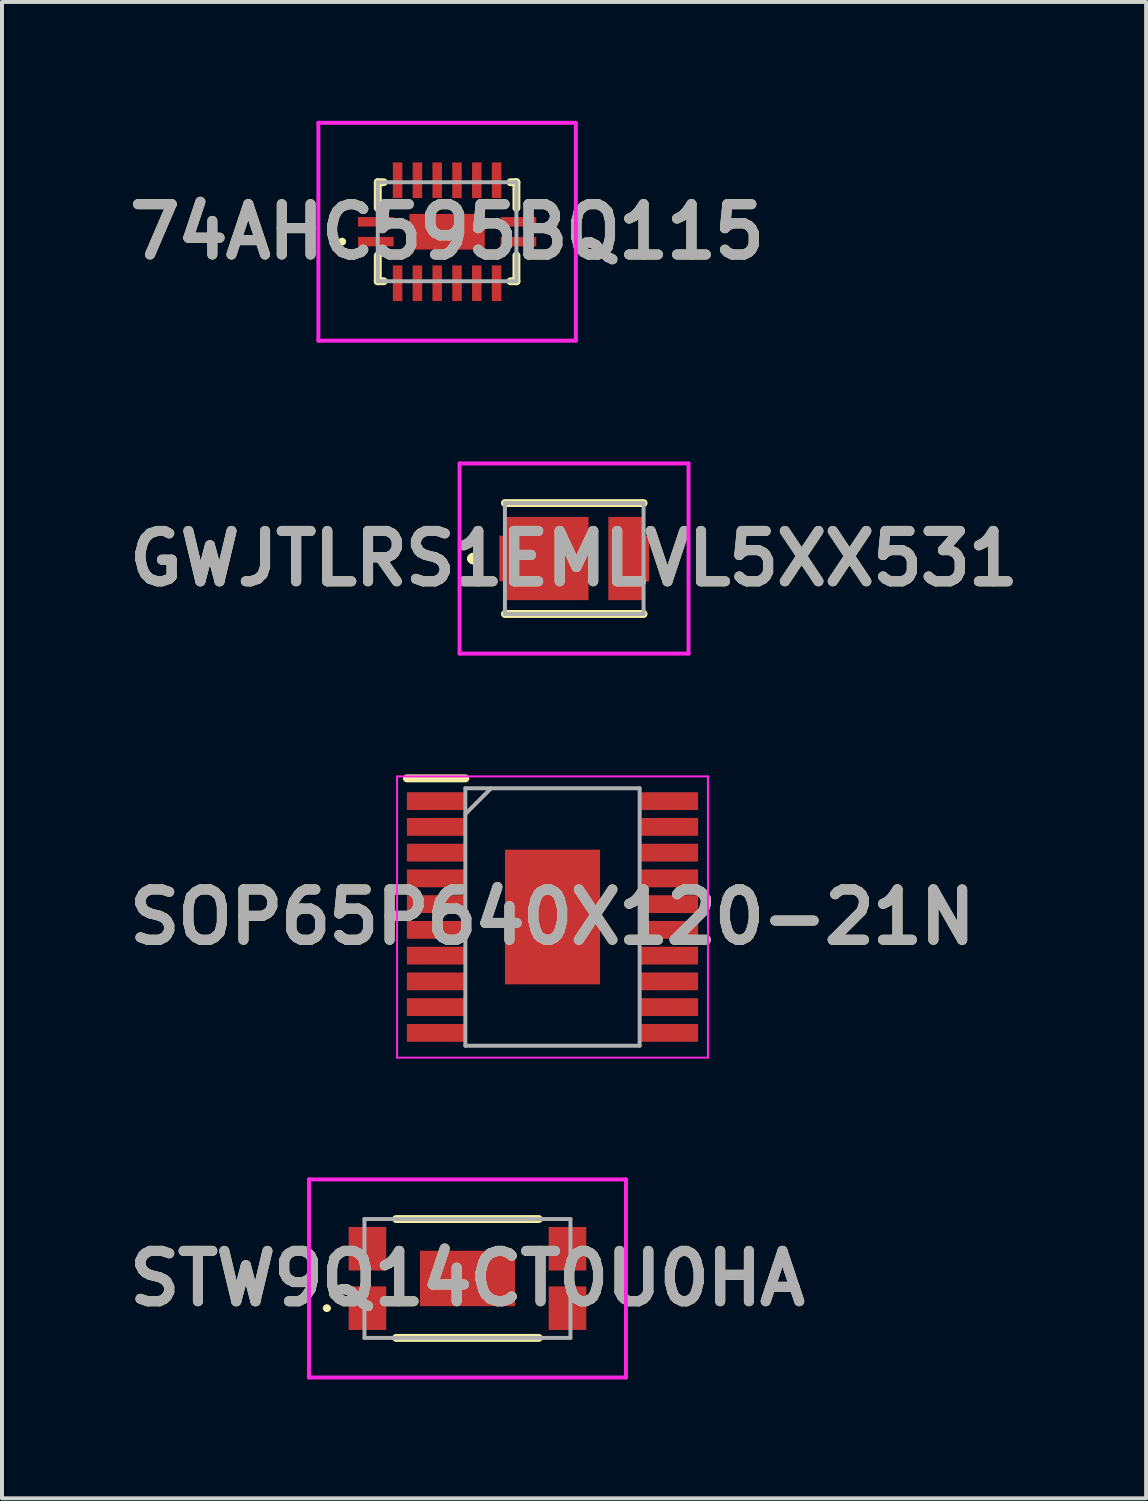
<source format=kicad_pcb>
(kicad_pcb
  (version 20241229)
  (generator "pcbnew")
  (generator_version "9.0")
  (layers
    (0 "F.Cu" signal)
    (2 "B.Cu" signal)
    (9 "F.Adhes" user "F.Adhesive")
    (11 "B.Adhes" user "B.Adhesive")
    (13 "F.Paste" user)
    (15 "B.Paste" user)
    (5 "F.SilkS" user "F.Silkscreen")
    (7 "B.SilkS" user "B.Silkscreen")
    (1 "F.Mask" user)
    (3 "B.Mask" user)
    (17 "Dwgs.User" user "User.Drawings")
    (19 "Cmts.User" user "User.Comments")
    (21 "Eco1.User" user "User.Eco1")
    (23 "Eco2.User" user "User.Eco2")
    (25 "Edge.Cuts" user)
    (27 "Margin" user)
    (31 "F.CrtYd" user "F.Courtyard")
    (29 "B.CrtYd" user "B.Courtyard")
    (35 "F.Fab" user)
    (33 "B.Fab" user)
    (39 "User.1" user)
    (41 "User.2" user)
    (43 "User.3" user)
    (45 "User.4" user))
  (footprint "SOP65P640X120-21N"
    (layer "F.Cu")
    (at 10.898 20.1)
    (property "Reference" "SOP65P640X120-21N" (at 0 0 0) (layer "F.SilkS") (effects (font (size 1.27 1.27) (thickness 0.254))))
    (attr smd)
    (fp_line (start -3.675 -3.5) (end -2.2 -3.5) (stroke (width 0.2) (type solid)) (layer "F.SilkS"))
    (fp_line (start -3.925 -3.55) (end 3.925 -3.55) (stroke (width 0.05) (type solid)) (layer "F.CrtYd"))
    (fp_line (start -3.925 3.55) (end -3.925 -3.55) (stroke (width 0.05) (type solid)) (layer "F.CrtYd"))
    (fp_line (start 3.925 -3.55) (end 3.925 3.55) (stroke (width 0.05) (type solid)) (layer "F.CrtYd"))
    (fp_line (start 3.925 3.55) (end -3.925 3.55) (stroke (width 0.05) (type solid)) (layer "F.CrtYd"))
    (fp_line (start -2.2 -3.25) (end 2.2 -3.25) (stroke (width 0.1) (type solid)) (layer "F.Fab"))
    (fp_line (start -2.2 -2.6) (end -1.55 -3.25) (stroke (width 0.1) (type solid)) (layer "F.Fab"))
    (fp_line (start -2.2 3.25) (end -2.2 -3.25) (stroke (width 0.1) (type solid)) (layer "F.Fab"))
    (fp_line (start 2.2 -3.25) (end 2.2 3.25) (stroke (width 0.1) (type solid)) (layer "F.Fab"))
    (fp_line (start 2.2 3.25) (end -2.2 3.25) (stroke (width 0.1) (type solid)) (layer "F.Fab"))
    (fp_text user "${REFERENCE}" (at 0 0 0) (layer "F.Fab") (effects (font (size 1.27 1.27) (thickness 0.254))))
    (pad "1" smd rect (at -2.938 -2.925 90) (size 0.45 1.475) (layers "F.Cu" "F.Mask" "F.Paste"))
    (pad "2" smd rect (at -2.938 -2.275 90) (size 0.45 1.475) (layers "F.Cu" "F.Mask" "F.Paste"))
    (pad "3" smd rect (at -2.938 -1.625 90) (size 0.45 1.475) (layers "F.Cu" "F.Mask" "F.Paste"))
    (pad "4" smd rect (at -2.938 -0.975 90) (size 0.45 1.475) (layers "F.Cu" "F.Mask" "F.Paste"))
    (pad "5" smd rect (at -2.938 -0.325 90) (size 0.45 1.475) (layers "F.Cu" "F.Mask" "F.Paste"))
    (pad "6" smd rect (at -2.938 0.325 90) (size 0.45 1.475) (layers "F.Cu" "F.Mask" "F.Paste"))
    (pad "7" smd rect (at -2.938 0.975 90) (size 0.45 1.475) (layers "F.Cu" "F.Mask" "F.Paste"))
    (pad "8" smd rect (at -2.938 1.625 90) (size 0.45 1.475) (layers "F.Cu" "F.Mask" "F.Paste"))
    (pad "9" smd rect (at -2.938 2.275 90) (size 0.45 1.475) (layers "F.Cu" "F.Mask" "F.Paste"))
    (pad "10" smd rect (at -2.938 2.925 90) (size 0.45 1.475) (layers "F.Cu" "F.Mask" "F.Paste"))
    (pad "11" smd rect (at 2.938 2.925 90) (size 0.45 1.475) (layers "F.Cu" "F.Mask" "F.Paste"))
    (pad "12" smd rect (at 2.938 2.275 90) (size 0.45 1.475) (layers "F.Cu" "F.Mask" "F.Paste"))
    (pad "13" smd rect (at 2.938 1.625 90) (size 0.45 1.475) (layers "F.Cu" "F.Mask" "F.Paste"))
    (pad "14" smd rect (at 2.938 0.975 90) (size 0.45 1.475) (layers "F.Cu" "F.Mask" "F.Paste"))
    (pad "15" smd rect (at 2.938 0.325 90) (size 0.45 1.475) (layers "F.Cu" "F.Mask" "F.Paste"))
    (pad "16" smd rect (at 2.938 -0.325 90) (size 0.45 1.475) (layers "F.Cu" "F.Mask" "F.Paste"))
    (pad "17" smd rect (at 2.938 -0.975 90) (size 0.45 1.475) (layers "F.Cu" "F.Mask" "F.Paste"))
    (pad "18" smd rect (at 2.938 -1.625 90) (size 0.45 1.475) (layers "F.Cu" "F.Mask" "F.Paste"))
    (pad "19" smd rect (at 2.938 -2.275 90) (size 0.45 1.475) (layers "F.Cu" "F.Mask" "F.Paste"))
    (pad "20" smd rect (at 2.938 -2.925 90) (size 0.45 1.475) (layers "F.Cu" "F.Mask" "F.Paste"))
    (pad "21" smd rect (at 0 0) (size 2.4 3.4) (layers "F.Cu" "F.Mask" "F.Paste")))
  (footprint "74AHC595BQ115"
    (layer "F.Cu")
    (at 8.237 2.8)
    (property "Reference" "74AHC595BQ115" (at 0 0 0) (layer "F.SilkS") (effects (font (size 1.27 1.27) (thickness 0.254))))
    (attr smd)
    (fp_line (start -2.7 0.25) (end -2.7 0.25) (stroke (width 0.1) (type solid)) (layer "F.SilkS"))
    (fp_line (start -2.6 0.25) (end -2.6 0.25) (stroke (width 0.1) (type solid)) (layer "F.SilkS"))
    (fp_line (start -1.75 -1.25) (end -1.6 -1.25) (stroke (width 0.2) (type solid)) (layer "F.SilkS"))
    (fp_line (start -1.75 -0.6) (end -1.75 -1.25) (stroke (width 0.2) (type solid)) (layer "F.SilkS"))
    (fp_line (start -1.75 0.6) (end -1.75 1.25) (stroke (width 0.2) (type solid)) (layer "F.SilkS"))
    (fp_line (start -1.75 1.25) (end -1.6 1.25) (stroke (width 0.2) (type solid)) (layer "F.SilkS"))
    (fp_line (start 1.6 -1.25) (end 1.75 -1.25) (stroke (width 0.2) (type solid)) (layer "F.SilkS"))
    (fp_line (start 1.75 -1.25) (end 1.75 -0.6) (stroke (width 0.2) (type solid)) (layer "F.SilkS"))
    (fp_line (start 1.75 0.6) (end 1.75 1.25) (stroke (width 0.2) (type solid)) (layer "F.SilkS"))
    (fp_line (start 1.75 1.25) (end 1.6 1.25) (stroke (width 0.2) (type solid)) (layer "F.SilkS"))
    (fp_arc (start -2.7 0.25) (mid -2.65 0.2) (end -2.6 0.25) (stroke (width 0.1) (type solid)) (layer "F.SilkS"))
    (fp_arc (start -2.6 0.25) (mid -2.65 0.3) (end -2.7 0.25) (stroke (width 0.1) (type solid)) (layer "F.SilkS"))
    (fp_line (start -3.25 -2.75) (end 3.25 -2.75) (stroke (width 0.1) (type solid)) (layer "F.CrtYd"))
    (fp_line (start -3.25 2.75) (end -3.25 -2.75) (stroke (width 0.1) (type solid)) (layer "F.CrtYd"))
    (fp_line (start 3.25 -2.75) (end 3.25 2.75) (stroke (width 0.1) (type solid)) (layer "F.CrtYd"))
    (fp_line (start 3.25 2.75) (end -3.25 2.75) (stroke (width 0.1) (type solid)) (layer "F.CrtYd"))
    (fp_line (start -1.75 -1.25) (end -1.75 1.25) (stroke (width 0.1) (type solid)) (layer "F.Fab"))
    (fp_line (start -1.75 1.25) (end 1.75 1.25) (stroke (width 0.1) (type solid)) (layer "F.Fab"))
    (fp_line (start 1.75 -1.25) (end -1.75 -1.25) (stroke (width 0.1) (type solid)) (layer "F.Fab"))
    (fp_line (start 1.75 1.25) (end 1.75 -1.25) (stroke (width 0.1) (type solid)) (layer "F.Fab"))
    (fp_text user "${REFERENCE}" (at 0 0 0) (layer "F.Fab") (effects (font (size 1.27 1.27) (thickness 0.254))))
    (pad "1" smd rect (at -1.8 0.25 90) (size 0.24 0.9) (layers "F.Cu" "F.Mask" "F.Paste"))
    (pad "2" smd rect (at -1.25 1.3) (size 0.24 0.9) (layers "F.Cu" "F.Mask" "F.Paste"))
    (pad "3" smd rect (at -0.75 1.3) (size 0.24 0.9) (layers "F.Cu" "F.Mask" "F.Paste"))
    (pad "4" smd rect (at -0.25 1.3) (size 0.24 0.9) (layers "F.Cu" "F.Mask" "F.Paste"))
    (pad "5" smd rect (at 0.25 1.3) (size 0.24 0.9) (layers "F.Cu" "F.Mask" "F.Paste"))
    (pad "6" smd rect (at 0.75 1.3) (size 0.24 0.9) (layers "F.Cu" "F.Mask" "F.Paste"))
    (pad "7" smd rect (at 1.25 1.3) (size 0.24 0.9) (layers "F.Cu" "F.Mask" "F.Paste"))
    (pad "8" smd rect (at 1.8 0.25 90) (size 0.24 0.9) (layers "F.Cu" "F.Mask" "F.Paste"))
    (pad "9" smd rect (at 1.8 -0.25 90) (size 0.24 0.9) (layers "F.Cu" "F.Mask" "F.Paste"))
    (pad "10" smd rect (at 1.25 -1.3) (size 0.24 0.9) (layers "F.Cu" "F.Mask" "F.Paste"))
    (pad "11" smd rect (at 0.75 -1.3) (size 0.24 0.9) (layers "F.Cu" "F.Mask" "F.Paste"))
    (pad "12" smd rect (at 0.25 -1.3) (size 0.24 0.9) (layers "F.Cu" "F.Mask" "F.Paste"))
    (pad "13" smd rect (at -0.25 -1.3) (size 0.24 0.9) (layers "F.Cu" "F.Mask" "F.Paste"))
    (pad "14" smd rect (at -0.75 -1.3) (size 0.24 0.9) (layers "F.Cu" "F.Mask" "F.Paste"))
    (pad "15" smd rect (at -1.25 -1.3) (size 0.24 0.9) (layers "F.Cu" "F.Mask" "F.Paste"))
    (pad "16" smd rect (at -1.8 -0.25 90) (size 0.24 0.9) (layers "F.Cu" "F.Mask" "F.Paste"))
    (pad "17" smd rect (at 0 0 90) (size 0.9 1.9) (layers "F.Cu" "F.Mask" "F.Paste")))
  (footprint "GWJTLRS1EMLVL5XX531"
    (layer "F.Cu")
    (at 11.447 11.05)
    (property "Reference" "GWJTLRS1EMLVL5XX531" (at -0.005 0 0) (layer "F.SilkS") (effects (font (size 1.27 1.27) (thickness 0.254))))
    (attr smd)
    (fp_line (start -2.6 0) (end -2.6 0) (stroke (width 0.2) (type solid)) (layer "F.SilkS"))
    (fp_line (start -2.6 0) (end -2.6 0) (stroke (width 0.2) (type solid)) (layer "F.SilkS"))
    (fp_line (start -2.5 0) (end -2.5 0) (stroke (width 0.2) (type solid)) (layer "F.SilkS"))
    (fp_line (start -1.75 -1.4) (end 1.75 -1.4) (stroke (width 0.2) (type solid)) (layer "F.SilkS"))
    (fp_line (start -1.75 1.4) (end 1.75 1.4) (stroke (width 0.2) (type solid)) (layer "F.SilkS"))
    (fp_arc (start -2.6 0) (mid -2.55 -0.05) (end -2.5 0) (stroke (width 0.2) (type solid)) (layer "F.SilkS"))
    (fp_arc (start -2.5 0) (mid -2.55 0.05) (end -2.6 0) (stroke (width 0.2) (type solid)) (layer "F.SilkS"))
    (fp_arc (start -2.5 0) (mid -2.55 0.05) (end -2.6 0) (stroke (width 0.2) (type solid)) (layer "F.SilkS"))
    (fp_line (start -2.895 -2.4) (end 2.885 -2.4) (stroke (width 0.1) (type solid)) (layer "F.CrtYd"))
    (fp_line (start -2.895 2.4) (end -2.895 -2.4) (stroke (width 0.1) (type solid)) (layer "F.CrtYd"))
    (fp_line (start 2.885 -2.4) (end 2.885 2.4) (stroke (width 0.1) (type solid)) (layer "F.CrtYd"))
    (fp_line (start 2.885 2.4) (end -2.895 2.4) (stroke (width 0.1) (type solid)) (layer "F.CrtYd"))
    (fp_line (start -1.75 -1.4) (end 1.75 -1.4) (stroke (width 0.1) (type solid)) (layer "F.Fab"))
    (fp_line (start -1.75 1.4) (end -1.75 -1.4) (stroke (width 0.1) (type solid)) (layer "F.Fab"))
    (fp_line (start 1.75 -1.4) (end 1.75 1.4) (stroke (width 0.1) (type solid)) (layer "F.Fab"))
    (fp_line (start 1.75 1.4) (end -1.75 1.4) (stroke (width 0.1) (type solid)) (layer "F.Fab"))
    (fp_text user "${REFERENCE}" (at -0.005 0 0) (layer "F.Fab") (effects (font (size 1.27 1.27) (thickness 0.254))))
    (pad "1" smd rect (at -1.825 0) (size 0.13 1.15) (layers "F.Cu" "F.Mask" "F.Paste"))
    (pad "2" smd rect (at -0.7 0 90) (size 2.1 2.12) (layers "F.Cu" "F.Mask" "F.Paste"))
    (pad "3" smd rect (at 1.32 0) (size 0.92 2.1) (layers "F.Cu" "F.Mask" "F.Paste"))
    (pad "4" smd rect (at 1.835 0) (size 0.11 1.15) (layers "F.Cu" "F.Mask" "F.Paste")))
  (footprint "STW9Q14CT0U0HA"
    (layer "F.Cu")
    (at 8.751 29.225)
    (property "Reference" "STW9Q14CT0U0HA" (at 0 0 0) (layer "F.SilkS") (effects (font (size 1.27 1.27) (thickness 0.254))))
    (attr smd)
    (fp_line (start -3.6 0.75) (end -3.6 0.75) (stroke (width 0.1) (type solid)) (layer "F.SilkS"))
    (fp_line (start -3.5 0.75) (end -3.5 0.75) (stroke (width 0.1) (type solid)) (layer "F.SilkS"))
    (fp_line (start -1.8 -1.5) (end 1.8 -1.5) (stroke (width 0.2) (type solid)) (layer "F.SilkS"))
    (fp_line (start -1.8 1.5) (end 1.8 1.5) (stroke (width 0.2) (type solid)) (layer "F.SilkS"))
    (fp_arc (start -3.6 0.75) (mid -3.55 0.7) (end -3.5 0.75) (stroke (width 0.1) (type solid)) (layer "F.SilkS"))
    (fp_arc (start -3.5 0.75) (mid -3.55 0.8) (end -3.6 0.75) (stroke (width 0.1) (type solid)) (layer "F.SilkS"))
    (fp_line (start -4 -2.5) (end 4 -2.5) (stroke (width 0.1) (type solid)) (layer "F.CrtYd"))
    (fp_line (start -4 2.5) (end -4 -2.5) (stroke (width 0.1) (type solid)) (layer "F.CrtYd"))
    (fp_line (start 4 -2.5) (end 4 2.5) (stroke (width 0.1) (type solid)) (layer "F.CrtYd"))
    (fp_line (start 4 2.5) (end -4 2.5) (stroke (width 0.1) (type solid)) (layer "F.CrtYd"))
    (fp_line (start -2.6 -1.5) (end 2.6 -1.5) (stroke (width 0.1) (type solid)) (layer "F.Fab"))
    (fp_line (start -2.6 1.5) (end -2.6 -1.5) (stroke (width 0.1) (type solid)) (layer "F.Fab"))
    (fp_line (start 2.6 -1.5) (end 2.6 1.5) (stroke (width 0.1) (type solid)) (layer "F.Fab"))
    (fp_line (start 2.6 1.5) (end -2.6 1.5) (stroke (width 0.1) (type solid)) (layer "F.Fab"))
    (fp_text user "${REFERENCE}" (at 0 0 0) (layer "F.Fab") (effects (font (size 1.27 1.27) (thickness 0.254))))
    (pad "1" smd rect (at -2.525 0.75) (size 0.95 1.1) (layers "F.Cu" "F.Mask" "F.Paste"))
    (pad "2" smd rect (at 2.525 -0.75) (size 0.95 1.1) (layers "F.Cu" "F.Mask" "F.Paste"))
    (pad "3" smd rect (at 2.525 0.75) (size 0.95 1.1) (layers "F.Cu" "F.Mask" "F.Paste"))
    (pad "4" smd rect (at -2.525 -0.75) (size 0.95 1.1) (layers "F.Cu" "F.Mask" "F.Paste"))
    (pad "5" smd rect (at 0 0 90) (size 1.4 2.4) (layers "F.Cu" "F.Mask" "F.Paste")))
  (gr_rect
    (start -3 -3)
    (end 25.884 34.775)
    (stroke (width 0.1) (type default))
    (fill no)
    (layer "Edge.Cuts")))
</source>
